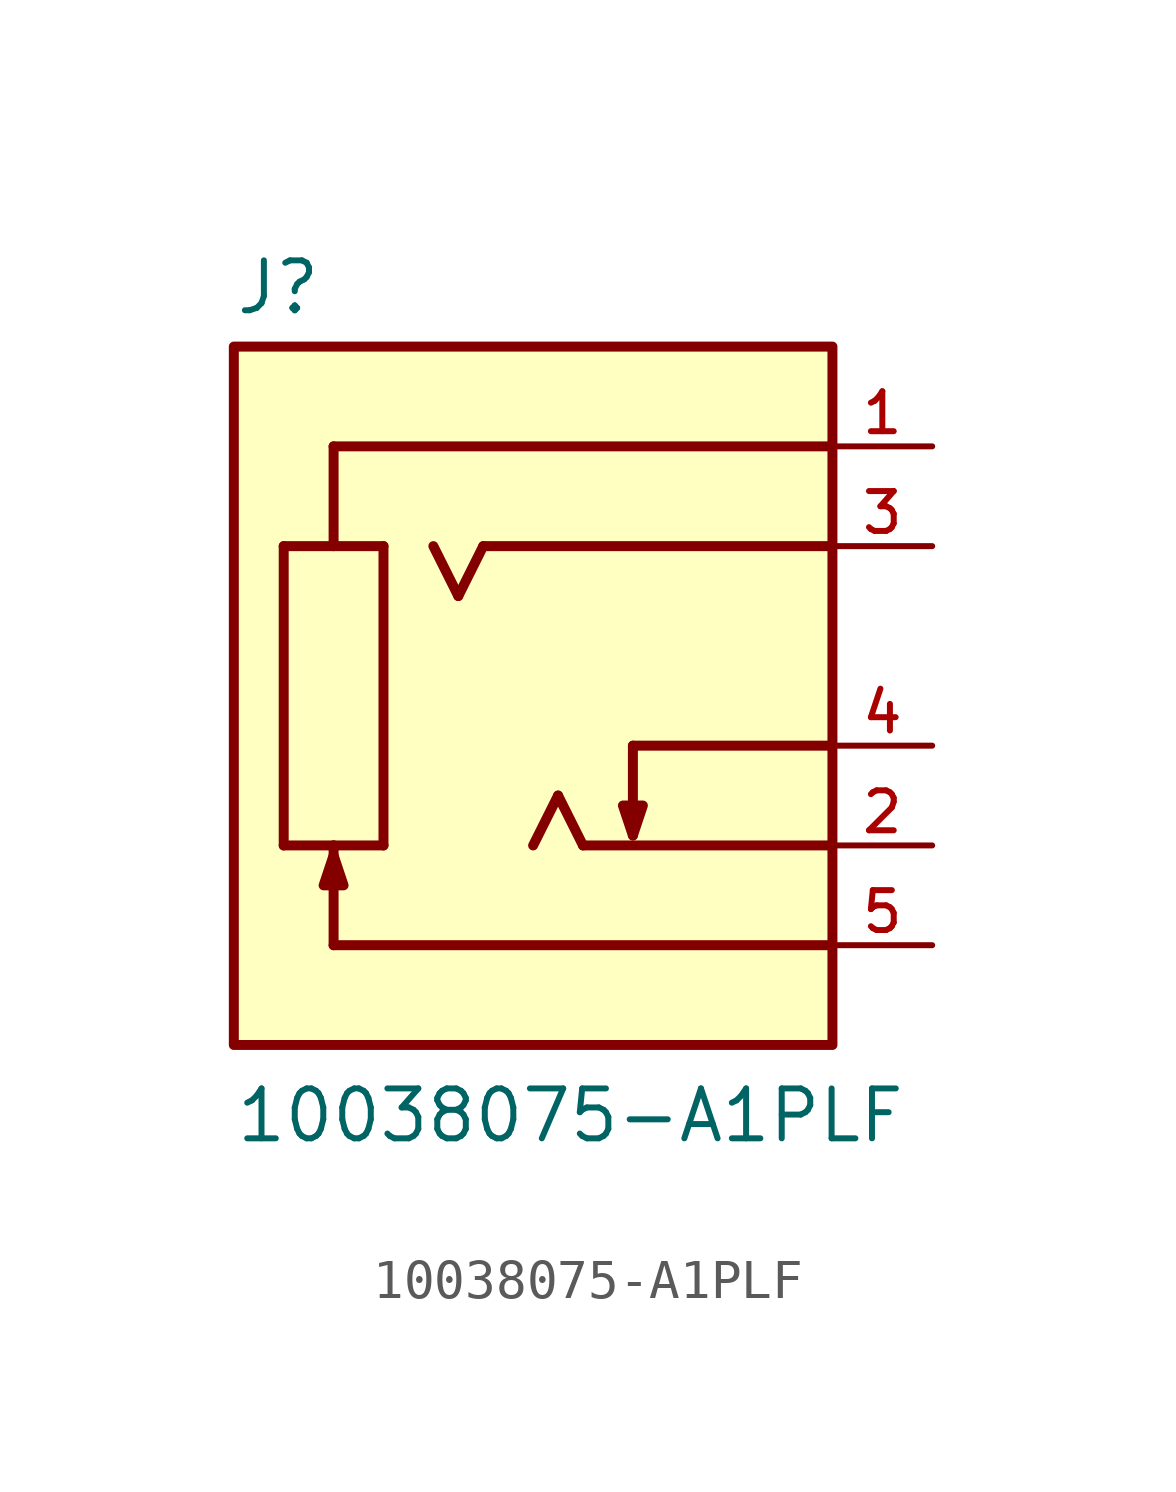
<source format=kicad_sym>
(kicad_symbol_lib
  (version 20211014)
  (generator kicad_symbol_editor)
  (symbol "10038075-A1PLF"
    (pin_names
      (offset 1.016))
    (property "Reference" "J"
      (at -7.62 8.382 0)
      (effects (font (size 1.27 1.27)) (justify bottom left)))
    (property "Value" "10038075-A1PLF"
      (at -7.62 -12.7 0)
      (effects (font (size 1.27 1.27)) (justify bottom left)))
    (symbol "10038075-A1PLF_0_0"
      (polyline (pts (xy 7.62 5.08) (xy -5.08 5.08)) (stroke (width 0.254)))
      (polyline (pts (xy 7.62 2.54) (xy -1.27 2.54)) (stroke (width 0.254)))
      (polyline (pts (xy 7.62 -5.08) (xy 1.27 -5.08)) (stroke (width 0.254)))
      (polyline (pts (xy -5.08 5.08) (xy -5.08 2.54)) (stroke (width 0.254)))
      (polyline (pts (xy -5.08 2.54) (xy -3.81 2.54)) (stroke (width 0.254)))
      (polyline (pts (xy -3.81 2.54) (xy -3.81 -5.08)) (stroke (width 0.254)))
      (polyline (pts (xy -3.81 -5.08) (xy -5.08 -5.08)) (stroke (width 0.254)))
      (polyline (pts (xy -5.08 -5.08) (xy -6.35 -5.08)) (stroke (width 0.254)))
      (polyline (pts (xy -6.35 -5.08) (xy -6.35 2.54)) (stroke (width 0.254)))
      (polyline (pts (xy -6.35 2.54) (xy -5.08 2.54)) (stroke (width 0.254)))
      (polyline (pts (xy 2.54 -2.54) (xy 2.54 -4.826)) (stroke (width 0.254)))
      (polyline (pts (xy 2.54 -4.826) (xy 2.286 -4.064) (xy 2.794 -4.064) (xy 2.54 -4.826)) (stroke (width 0.254)) (fill (type outline)))
      (polyline (pts (xy 7.62 -7.62) (xy -5.08 -7.62)) (stroke (width 0.254)))
      (polyline (pts (xy -5.08 -7.62) (xy -5.08 -5.08)) (stroke (width 0.254)))
      (polyline (pts (xy -5.08 -5.334) (xy -4.826 -6.096) (xy -5.334 -6.096) (xy -5.08 -5.334)) (stroke (width 0.254)) (fill (type outline)))
      (polyline (pts (xy -1.27 2.54) (xy -1.905 1.27)) (stroke (width 0.254)))
      (polyline (pts (xy -1.905 1.27) (xy -2.54 2.54)) (stroke (width 0.254)))
      (polyline (pts (xy 1.27 -5.08) (xy 0.635 -3.81)) (stroke (width 0.254)))
      (polyline (pts (xy 0.635 -3.81) (xy 0.0 -5.08)) (stroke (width 0.254)))
      (polyline (pts (xy 2.54 -2.54) (xy 7.62 -2.54)) (stroke (width 0.254)))
      (rectangle (start -7.62 -10.16) (end 7.62 7.62) (stroke (width 0.254)) (fill (type background)))
      (pin passive line (at 10.16 5.08 180.0) (length 2.54) (name "~" (effects (font (size 1.016 1.016)))) (number "1" (effects (font (size 1.016 1.016)))))
      (pin passive line (at 10.16 2.54 180.0) (length 2.54) (name "~" (effects (font (size 1.016 1.016)))) (number "3" (effects (font (size 1.016 1.016)))))
      (pin passive line (at 10.16 -5.08 180.0) (length 2.54) (name "~" (effects (font (size 1.016 1.016)))) (number "2" (effects (font (size 1.016 1.016)))))
      (pin passive line (at 10.16 -2.54 180.0) (length 2.54) (name "~" (effects (font (size 1.016 1.016)))) (number "4" (effects (font (size 1.016 1.016)))))
      (pin passive line (at 10.16 -7.62 180.0) (length 2.54) (name "~" (effects (font (size 1.016 1.016)))) (number "5" (effects (font (size 1.016 1.016))))))))
</source>
